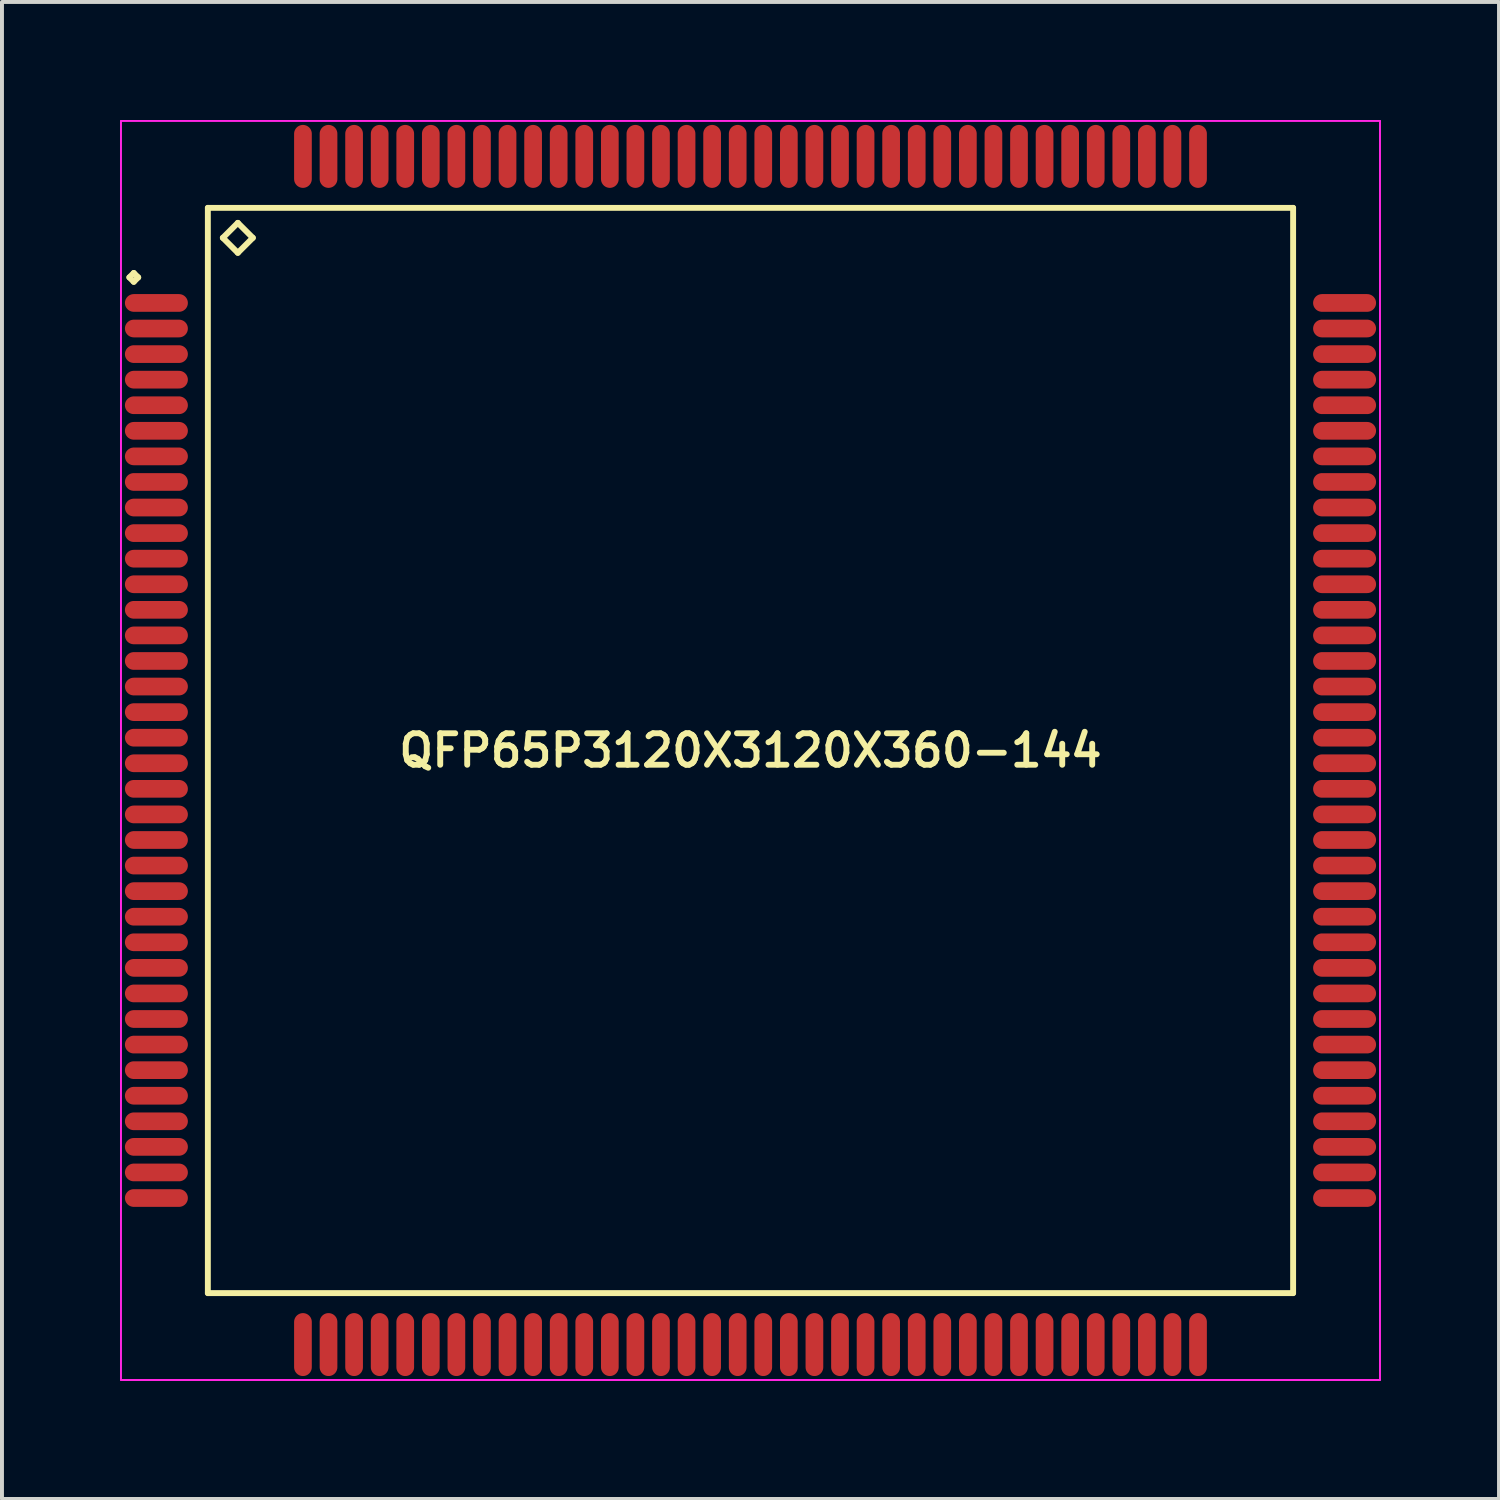
<source format=kicad_pcb>
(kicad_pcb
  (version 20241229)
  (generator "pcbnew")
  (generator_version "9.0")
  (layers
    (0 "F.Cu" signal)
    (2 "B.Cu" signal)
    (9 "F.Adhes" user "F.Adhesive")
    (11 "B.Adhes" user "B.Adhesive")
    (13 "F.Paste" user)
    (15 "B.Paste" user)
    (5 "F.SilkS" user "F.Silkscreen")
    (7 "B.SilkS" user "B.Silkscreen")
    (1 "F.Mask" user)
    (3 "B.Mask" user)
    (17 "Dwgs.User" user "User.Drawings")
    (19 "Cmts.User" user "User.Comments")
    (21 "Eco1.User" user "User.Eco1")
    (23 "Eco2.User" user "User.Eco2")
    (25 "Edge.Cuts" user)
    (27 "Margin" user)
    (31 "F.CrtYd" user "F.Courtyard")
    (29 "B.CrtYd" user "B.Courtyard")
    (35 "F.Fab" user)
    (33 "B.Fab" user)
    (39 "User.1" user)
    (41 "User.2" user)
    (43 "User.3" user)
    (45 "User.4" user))
  (footprint "QFP65P3120X3120X360-144"
    (layer "F.Cu")
    (at 16.025 16.025)
    (property "Reference" "QFP65P3120X3120X360-144" (at 0 0 0) (layer "F.SilkS") (effects (font (size 0.8 0.8) (thickness 0.15))))
    (attr smd)
    (fp_line (start -15.787 -12.025) (end -15.675 -12.137) (stroke (width 0.15) (type solid)) (layer "F.SilkS"))
    (fp_line (start -15.675 -12.137) (end -15.562 -12.025) (stroke (width 0.15) (type solid)) (layer "F.SilkS"))
    (fp_line (start -15.675 -11.912) (end -15.787 -12.025) (stroke (width 0.15) (type solid)) (layer "F.SilkS"))
    (fp_line (start -15.562 -12.025) (end -15.675 -11.912) (stroke (width 0.15) (type solid)) (layer "F.SilkS"))
    (fp_line (start -13.792 -13.792) (end -13.792 13.792) (stroke (width 0.15) (type solid)) (layer "F.SilkS"))
    (fp_line (start -13.792 13.792) (end 13.792 13.792) (stroke (width 0.15) (type solid)) (layer "F.SilkS"))
    (fp_line (start -13.411 -13.03) (end -13.03 -13.411) (stroke (width 0.15) (type solid)) (layer "F.SilkS"))
    (fp_line (start -13.03 -13.411) (end -12.649 -13.03) (stroke (width 0.15) (type solid)) (layer "F.SilkS"))
    (fp_line (start -13.03 -12.649) (end -13.411 -13.03) (stroke (width 0.15) (type solid)) (layer "F.SilkS"))
    (fp_line (start -12.649 -13.03) (end -13.03 -12.649) (stroke (width 0.15) (type solid)) (layer "F.SilkS"))
    (fp_line (start 13.792 -13.792) (end -13.792 -13.792) (stroke (width 0.15) (type solid)) (layer "F.SilkS"))
    (fp_line (start 13.792 13.792) (end 13.792 -13.792) (stroke (width 0.15) (type solid)) (layer "F.SilkS"))
    (fp_line (start -16 -16) (end 16 -16) (stroke (width 0.05) (type solid)) (layer "F.CrtYd"))
    (fp_line (start -16 16) (end -16 -16) (stroke (width 0.05) (type solid)) (layer "F.CrtYd"))
    (fp_line (start 16 -16) (end 16 16) (stroke (width 0.05) (type solid)) (layer "F.CrtYd"))
    (fp_line (start 16 16) (end -16 16) (stroke (width 0.05) (type solid)) (layer "F.CrtYd"))
    (pad "1" smd oval (at -15.1 -11.375) (size 1.6 0.45) (layers "F.Cu" "F.Mask" "F.Paste"))
    (pad "2" smd oval (at -15.1 -10.725) (size 1.6 0.45) (layers "F.Cu" "F.Mask" "F.Paste"))
    (pad "3" smd oval (at -15.1 -10.075) (size 1.6 0.45) (layers "F.Cu" "F.Mask" "F.Paste"))
    (pad "4" smd oval (at -15.1 -9.425) (size 1.6 0.45) (layers "F.Cu" "F.Mask" "F.Paste"))
    (pad "5" smd oval (at -15.1 -8.775) (size 1.6 0.45) (layers "F.Cu" "F.Mask" "F.Paste"))
    (pad "6" smd oval (at -15.1 -8.125) (size 1.6 0.45) (layers "F.Cu" "F.Mask" "F.Paste"))
    (pad "7" smd oval (at -15.1 -7.475) (size 1.6 0.45) (layers "F.Cu" "F.Mask" "F.Paste"))
    (pad "8" smd oval (at -15.1 -6.825) (size 1.6 0.45) (layers "F.Cu" "F.Mask" "F.Paste"))
    (pad "9" smd oval (at -15.1 -6.175) (size 1.6 0.45) (layers "F.Cu" "F.Mask" "F.Paste"))
    (pad "10" smd oval (at -15.1 -5.525) (size 1.6 0.45) (layers "F.Cu" "F.Mask" "F.Paste"))
    (pad "11" smd oval (at -15.1 -4.875) (size 1.6 0.45) (layers "F.Cu" "F.Mask" "F.Paste"))
    (pad "12" smd oval (at -15.1 -4.225) (size 1.6 0.45) (layers "F.Cu" "F.Mask" "F.Paste"))
    (pad "13" smd oval (at -15.1 -3.575) (size 1.6 0.45) (layers "F.Cu" "F.Mask" "F.Paste"))
    (pad "14" smd oval (at -15.1 -2.925) (size 1.6 0.45) (layers "F.Cu" "F.Mask" "F.Paste"))
    (pad "15" smd oval (at -15.1 -2.275) (size 1.6 0.45) (layers "F.Cu" "F.Mask" "F.Paste"))
    (pad "16" smd oval (at -15.1 -1.625) (size 1.6 0.45) (layers "F.Cu" "F.Mask" "F.Paste"))
    (pad "17" smd oval (at -15.1 -0.975) (size 1.6 0.45) (layers "F.Cu" "F.Mask" "F.Paste"))
    (pad "18" smd oval (at -15.1 -0.325) (size 1.6 0.45) (layers "F.Cu" "F.Mask" "F.Paste"))
    (pad "19" smd oval (at -15.1 0.325) (size 1.6 0.45) (layers "F.Cu" "F.Mask" "F.Paste"))
    (pad "20" smd oval (at -15.1 0.975) (size 1.6 0.45) (layers "F.Cu" "F.Mask" "F.Paste"))
    (pad "21" smd oval (at -15.1 1.625) (size 1.6 0.45) (layers "F.Cu" "F.Mask" "F.Paste"))
    (pad "22" smd oval (at -15.1 2.275) (size 1.6 0.45) (layers "F.Cu" "F.Mask" "F.Paste"))
    (pad "23" smd oval (at -15.1 2.925) (size 1.6 0.45) (layers "F.Cu" "F.Mask" "F.Paste"))
    (pad "24" smd oval (at -15.1 3.575) (size 1.6 0.45) (layers "F.Cu" "F.Mask" "F.Paste"))
    (pad "25" smd oval (at -15.1 4.225) (size 1.6 0.45) (layers "F.Cu" "F.Mask" "F.Paste"))
    (pad "26" smd oval (at -15.1 4.875) (size 1.6 0.45) (layers "F.Cu" "F.Mask" "F.Paste"))
    (pad "27" smd oval (at -15.1 5.525) (size 1.6 0.45) (layers "F.Cu" "F.Mask" "F.Paste"))
    (pad "28" smd oval (at -15.1 6.175) (size 1.6 0.45) (layers "F.Cu" "F.Mask" "F.Paste"))
    (pad "29" smd oval (at -15.1 6.825) (size 1.6 0.45) (layers "F.Cu" "F.Mask" "F.Paste"))
    (pad "30" smd oval (at -15.1 7.475) (size 1.6 0.45) (layers "F.Cu" "F.Mask" "F.Paste"))
    (pad "31" smd oval (at -15.1 8.125) (size 1.6 0.45) (layers "F.Cu" "F.Mask" "F.Paste"))
    (pad "32" smd oval (at -15.1 8.775) (size 1.6 0.45) (layers "F.Cu" "F.Mask" "F.Paste"))
    (pad "33" smd oval (at -15.1 9.425) (size 1.6 0.45) (layers "F.Cu" "F.Mask" "F.Paste"))
    (pad "34" smd oval (at -15.1 10.075) (size 1.6 0.45) (layers "F.Cu" "F.Mask" "F.Paste"))
    (pad "35" smd oval (at -15.1 10.725) (size 1.6 0.45) (layers "F.Cu" "F.Mask" "F.Paste"))
    (pad "36" smd oval (at -15.1 11.375) (size 1.6 0.45) (layers "F.Cu" "F.Mask" "F.Paste"))
    (pad "37" smd oval (at -11.375 15.1) (size 0.45 1.6) (layers "F.Cu" "F.Mask" "F.Paste"))
    (pad "38" smd oval (at -10.725 15.1) (size 0.45 1.6) (layers "F.Cu" "F.Mask" "F.Paste"))
    (pad "39" smd oval (at -10.075 15.1) (size 0.45 1.6) (layers "F.Cu" "F.Mask" "F.Paste"))
    (pad "40" smd oval (at -9.425 15.1) (size 0.45 1.6) (layers "F.Cu" "F.Mask" "F.Paste"))
    (pad "41" smd oval (at -8.775 15.1) (size 0.45 1.6) (layers "F.Cu" "F.Mask" "F.Paste"))
    (pad "42" smd oval (at -8.125 15.1) (size 0.45 1.6) (layers "F.Cu" "F.Mask" "F.Paste"))
    (pad "43" smd oval (at -7.475 15.1) (size 0.45 1.6) (layers "F.Cu" "F.Mask" "F.Paste"))
    (pad "44" smd oval (at -6.825 15.1) (size 0.45 1.6) (layers "F.Cu" "F.Mask" "F.Paste"))
    (pad "45" smd oval (at -6.175 15.1) (size 0.45 1.6) (layers "F.Cu" "F.Mask" "F.Paste"))
    (pad "46" smd oval (at -5.525 15.1) (size 0.45 1.6) (layers "F.Cu" "F.Mask" "F.Paste"))
    (pad "47" smd oval (at -4.875 15.1) (size 0.45 1.6) (layers "F.Cu" "F.Mask" "F.Paste"))
    (pad "48" smd oval (at -4.225 15.1) (size 0.45 1.6) (layers "F.Cu" "F.Mask" "F.Paste"))
    (pad "49" smd oval (at -3.575 15.1) (size 0.45 1.6) (layers "F.Cu" "F.Mask" "F.Paste"))
    (pad "50" smd oval (at -2.925 15.1) (size 0.45 1.6) (layers "F.Cu" "F.Mask" "F.Paste"))
    (pad "51" smd oval (at -2.275 15.1) (size 0.45 1.6) (layers "F.Cu" "F.Mask" "F.Paste"))
    (pad "52" smd oval (at -1.625 15.1) (size 0.45 1.6) (layers "F.Cu" "F.Mask" "F.Paste"))
    (pad "53" smd oval (at -0.975 15.1) (size 0.45 1.6) (layers "F.Cu" "F.Mask" "F.Paste"))
    (pad "54" smd oval (at -0.325 15.1) (size 0.45 1.6) (layers "F.Cu" "F.Mask" "F.Paste"))
    (pad "55" smd oval (at 0.325 15.1) (size 0.45 1.6) (layers "F.Cu" "F.Mask" "F.Paste"))
    (pad "56" smd oval (at 0.975 15.1) (size 0.45 1.6) (layers "F.Cu" "F.Mask" "F.Paste"))
    (pad "57" smd oval (at 1.625 15.1) (size 0.45 1.6) (layers "F.Cu" "F.Mask" "F.Paste"))
    (pad "58" smd oval (at 2.275 15.1) (size 0.45 1.6) (layers "F.Cu" "F.Mask" "F.Paste"))
    (pad "59" smd oval (at 2.925 15.1) (size 0.45 1.6) (layers "F.Cu" "F.Mask" "F.Paste"))
    (pad "60" smd oval (at 3.575 15.1) (size 0.45 1.6) (layers "F.Cu" "F.Mask" "F.Paste"))
    (pad "61" smd oval (at 4.225 15.1) (size 0.45 1.6) (layers "F.Cu" "F.Mask" "F.Paste"))
    (pad "62" smd oval (at 4.875 15.1) (size 0.45 1.6) (layers "F.Cu" "F.Mask" "F.Paste"))
    (pad "63" smd oval (at 5.525 15.1) (size 0.45 1.6) (layers "F.Cu" "F.Mask" "F.Paste"))
    (pad "64" smd oval (at 6.175 15.1) (size 0.45 1.6) (layers "F.Cu" "F.Mask" "F.Paste"))
    (pad "65" smd oval (at 6.825 15.1) (size 0.45 1.6) (layers "F.Cu" "F.Mask" "F.Paste"))
    (pad "66" smd oval (at 7.475 15.1) (size 0.45 1.6) (layers "F.Cu" "F.Mask" "F.Paste"))
    (pad "67" smd oval (at 8.125 15.1) (size 0.45 1.6) (layers "F.Cu" "F.Mask" "F.Paste"))
    (pad "68" smd oval (at 8.775 15.1) (size 0.45 1.6) (layers "F.Cu" "F.Mask" "F.Paste"))
    (pad "69" smd oval (at 9.425 15.1) (size 0.45 1.6) (layers "F.Cu" "F.Mask" "F.Paste"))
    (pad "70" smd oval (at 10.075 15.1) (size 0.45 1.6) (layers "F.Cu" "F.Mask" "F.Paste"))
    (pad "71" smd oval (at 10.725 15.1) (size 0.45 1.6) (layers "F.Cu" "F.Mask" "F.Paste"))
    (pad "72" smd oval (at 11.375 15.1) (size 0.45 1.6) (layers "F.Cu" "F.Mask" "F.Paste"))
    (pad "73" smd oval (at 15.1 11.375) (size 1.6 0.45) (layers "F.Cu" "F.Mask" "F.Paste"))
    (pad "74" smd oval (at 15.1 10.725) (size 1.6 0.45) (layers "F.Cu" "F.Mask" "F.Paste"))
    (pad "75" smd oval (at 15.1 10.075) (size 1.6 0.45) (layers "F.Cu" "F.Mask" "F.Paste"))
    (pad "76" smd oval (at 15.1 9.425) (size 1.6 0.45) (layers "F.Cu" "F.Mask" "F.Paste"))
    (pad "77" smd oval (at 15.1 8.775) (size 1.6 0.45) (layers "F.Cu" "F.Mask" "F.Paste"))
    (pad "78" smd oval (at 15.1 8.125) (size 1.6 0.45) (layers "F.Cu" "F.Mask" "F.Paste"))
    (pad "79" smd oval (at 15.1 7.475) (size 1.6 0.45) (layers "F.Cu" "F.Mask" "F.Paste"))
    (pad "80" smd oval (at 15.1 6.825) (size 1.6 0.45) (layers "F.Cu" "F.Mask" "F.Paste"))
    (pad "81" smd oval (at 15.1 6.175) (size 1.6 0.45) (layers "F.Cu" "F.Mask" "F.Paste"))
    (pad "82" smd oval (at 15.1 5.525) (size 1.6 0.45) (layers "F.Cu" "F.Mask" "F.Paste"))
    (pad "83" smd oval (at 15.1 4.875) (size 1.6 0.45) (layers "F.Cu" "F.Mask" "F.Paste"))
    (pad "84" smd oval (at 15.1 4.225) (size 1.6 0.45) (layers "F.Cu" "F.Mask" "F.Paste"))
    (pad "85" smd oval (at 15.1 3.575) (size 1.6 0.45) (layers "F.Cu" "F.Mask" "F.Paste"))
    (pad "86" smd oval (at 15.1 2.925) (size 1.6 0.45) (layers "F.Cu" "F.Mask" "F.Paste"))
    (pad "87" smd oval (at 15.1 2.275) (size 1.6 0.45) (layers "F.Cu" "F.Mask" "F.Paste"))
    (pad "88" smd oval (at 15.1 1.625) (size 1.6 0.45) (layers "F.Cu" "F.Mask" "F.Paste"))
    (pad "89" smd oval (at 15.1 0.975) (size 1.6 0.45) (layers "F.Cu" "F.Mask" "F.Paste"))
    (pad "90" smd oval (at 15.1 0.325) (size 1.6 0.45) (layers "F.Cu" "F.Mask" "F.Paste"))
    (pad "91" smd oval (at 15.1 -0.325) (size 1.6 0.45) (layers "F.Cu" "F.Mask" "F.Paste"))
    (pad "92" smd oval (at 15.1 -0.975) (size 1.6 0.45) (layers "F.Cu" "F.Mask" "F.Paste"))
    (pad "93" smd oval (at 15.1 -1.625) (size 1.6 0.45) (layers "F.Cu" "F.Mask" "F.Paste"))
    (pad "94" smd oval (at 15.1 -2.275) (size 1.6 0.45) (layers "F.Cu" "F.Mask" "F.Paste"))
    (pad "95" smd oval (at 15.1 -2.925) (size 1.6 0.45) (layers "F.Cu" "F.Mask" "F.Paste"))
    (pad "96" smd oval (at 15.1 -3.575) (size 1.6 0.45) (layers "F.Cu" "F.Mask" "F.Paste"))
    (pad "97" smd oval (at 15.1 -4.225) (size 1.6 0.45) (layers "F.Cu" "F.Mask" "F.Paste"))
    (pad "98" smd oval (at 15.1 -4.875) (size 1.6 0.45) (layers "F.Cu" "F.Mask" "F.Paste"))
    (pad "99" smd oval (at 15.1 -5.525) (size 1.6 0.45) (layers "F.Cu" "F.Mask" "F.Paste"))
    (pad "100" smd oval (at 15.1 -6.175) (size 1.6 0.45) (layers "F.Cu" "F.Mask" "F.Paste"))
    (pad "101" smd oval (at 15.1 -6.825) (size 1.6 0.45) (layers "F.Cu" "F.Mask" "F.Paste"))
    (pad "102" smd oval (at 15.1 -7.475) (size 1.6 0.45) (layers "F.Cu" "F.Mask" "F.Paste"))
    (pad "103" smd oval (at 15.1 -8.125) (size 1.6 0.45) (layers "F.Cu" "F.Mask" "F.Paste"))
    (pad "104" smd oval (at 15.1 -8.775) (size 1.6 0.45) (layers "F.Cu" "F.Mask" "F.Paste"))
    (pad "105" smd oval (at 15.1 -9.425) (size 1.6 0.45) (layers "F.Cu" "F.Mask" "F.Paste"))
    (pad "106" smd oval (at 15.1 -10.075) (size 1.6 0.45) (layers "F.Cu" "F.Mask" "F.Paste"))
    (pad "107" smd oval (at 15.1 -10.725) (size 1.6 0.45) (layers "F.Cu" "F.Mask" "F.Paste"))
    (pad "108" smd oval (at 15.1 -11.375) (size 1.6 0.45) (layers "F.Cu" "F.Mask" "F.Paste"))
    (pad "109" smd oval (at 11.375 -15.1) (size 0.45 1.6) (layers "F.Cu" "F.Mask" "F.Paste"))
    (pad "110" smd oval (at 10.725 -15.1) (size 0.45 1.6) (layers "F.Cu" "F.Mask" "F.Paste"))
    (pad "111" smd oval (at 10.075 -15.1) (size 0.45 1.6) (layers "F.Cu" "F.Mask" "F.Paste"))
    (pad "112" smd oval (at 9.425 -15.1) (size 0.45 1.6) (layers "F.Cu" "F.Mask" "F.Paste"))
    (pad "113" smd oval (at 8.775 -15.1) (size 0.45 1.6) (layers "F.Cu" "F.Mask" "F.Paste"))
    (pad "114" smd oval (at 8.125 -15.1) (size 0.45 1.6) (layers "F.Cu" "F.Mask" "F.Paste"))
    (pad "115" smd oval (at 7.475 -15.1) (size 0.45 1.6) (layers "F.Cu" "F.Mask" "F.Paste"))
    (pad "116" smd oval (at 6.825 -15.1) (size 0.45 1.6) (layers "F.Cu" "F.Mask" "F.Paste"))
    (pad "117" smd oval (at 6.175 -15.1) (size 0.45 1.6) (layers "F.Cu" "F.Mask" "F.Paste"))
    (pad "118" smd oval (at 5.525 -15.1) (size 0.45 1.6) (layers "F.Cu" "F.Mask" "F.Paste"))
    (pad "119" smd oval (at 4.875 -15.1) (size 0.45 1.6) (layers "F.Cu" "F.Mask" "F.Paste"))
    (pad "120" smd oval (at 4.225 -15.1) (size 0.45 1.6) (layers "F.Cu" "F.Mask" "F.Paste"))
    (pad "121" smd oval (at 3.575 -15.1) (size 0.45 1.6) (layers "F.Cu" "F.Mask" "F.Paste"))
    (pad "122" smd oval (at 2.925 -15.1) (size 0.45 1.6) (layers "F.Cu" "F.Mask" "F.Paste"))
    (pad "123" smd oval (at 2.275 -15.1) (size 0.45 1.6) (layers "F.Cu" "F.Mask" "F.Paste"))
    (pad "124" smd oval (at 1.625 -15.1) (size 0.45 1.6) (layers "F.Cu" "F.Mask" "F.Paste"))
    (pad "125" smd oval (at 0.975 -15.1) (size 0.45 1.6) (layers "F.Cu" "F.Mask" "F.Paste"))
    (pad "126" smd oval (at 0.325 -15.1) (size 0.45 1.6) (layers "F.Cu" "F.Mask" "F.Paste"))
    (pad "127" smd oval (at -0.325 -15.1) (size 0.45 1.6) (layers "F.Cu" "F.Mask" "F.Paste"))
    (pad "128" smd oval (at -0.975 -15.1) (size 0.45 1.6) (layers "F.Cu" "F.Mask" "F.Paste"))
    (pad "129" smd oval (at -1.625 -15.1) (size 0.45 1.6) (layers "F.Cu" "F.Mask" "F.Paste"))
    (pad "130" smd oval (at -2.275 -15.1) (size 0.45 1.6) (layers "F.Cu" "F.Mask" "F.Paste"))
    (pad "131" smd oval (at -2.925 -15.1) (size 0.45 1.6) (layers "F.Cu" "F.Mask" "F.Paste"))
    (pad "132" smd oval (at -3.575 -15.1) (size 0.45 1.6) (layers "F.Cu" "F.Mask" "F.Paste"))
    (pad "133" smd oval (at -4.225 -15.1) (size 0.45 1.6) (layers "F.Cu" "F.Mask" "F.Paste"))
    (pad "134" smd oval (at -4.875 -15.1) (size 0.45 1.6) (layers "F.Cu" "F.Mask" "F.Paste"))
    (pad "135" smd oval (at -5.525 -15.1) (size 0.45 1.6) (layers "F.Cu" "F.Mask" "F.Paste"))
    (pad "136" smd oval (at -6.175 -15.1) (size 0.45 1.6) (layers "F.Cu" "F.Mask" "F.Paste"))
    (pad "137" smd oval (at -6.825 -15.1) (size 0.45 1.6) (layers "F.Cu" "F.Mask" "F.Paste"))
    (pad "138" smd oval (at -7.475 -15.1) (size 0.45 1.6) (layers "F.Cu" "F.Mask" "F.Paste"))
    (pad "139" smd oval (at -8.125 -15.1) (size 0.45 1.6) (layers "F.Cu" "F.Mask" "F.Paste"))
    (pad "140" smd oval (at -8.775 -15.1) (size 0.45 1.6) (layers "F.Cu" "F.Mask" "F.Paste"))
    (pad "141" smd oval (at -9.425 -15.1) (size 0.45 1.6) (layers "F.Cu" "F.Mask" "F.Paste"))
    (pad "142" smd oval (at -10.075 -15.1) (size 0.45 1.6) (layers "F.Cu" "F.Mask" "F.Paste"))
    (pad "143" smd oval (at -10.725 -15.1) (size 0.45 1.6) (layers "F.Cu" "F.Mask" "F.Paste"))
    (pad "144" smd oval (at -11.375 -15.1) (size 0.45 1.6) (layers "F.Cu" "F.Mask" "F.Paste")))
  (gr_rect
    (start -3 -3)
    (end 35.05 35.05)
    (stroke (width 0.1) (type default))
    (fill no)
    (layer "Edge.Cuts")))
</source>
